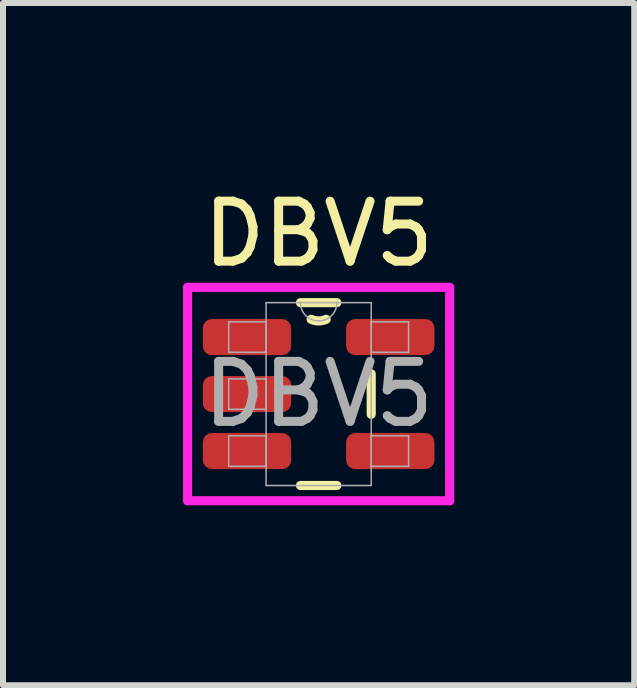
<source format=kicad_pcb>
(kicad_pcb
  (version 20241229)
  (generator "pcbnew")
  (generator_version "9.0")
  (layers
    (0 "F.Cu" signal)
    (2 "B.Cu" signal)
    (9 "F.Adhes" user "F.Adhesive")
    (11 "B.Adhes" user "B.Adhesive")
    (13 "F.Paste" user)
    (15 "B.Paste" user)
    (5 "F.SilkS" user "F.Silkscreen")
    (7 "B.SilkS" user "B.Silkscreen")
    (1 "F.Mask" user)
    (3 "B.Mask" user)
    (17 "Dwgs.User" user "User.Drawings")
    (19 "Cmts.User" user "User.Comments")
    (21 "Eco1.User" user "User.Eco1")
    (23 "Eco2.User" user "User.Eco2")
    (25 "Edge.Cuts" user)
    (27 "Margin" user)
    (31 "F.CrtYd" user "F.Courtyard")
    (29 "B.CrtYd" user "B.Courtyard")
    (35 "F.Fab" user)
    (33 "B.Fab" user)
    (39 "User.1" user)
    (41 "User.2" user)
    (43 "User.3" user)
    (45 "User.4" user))
  (footprint "DBV5"
    (layer "F.Cu")
    (at 2.261 3.518)
    (property "Reference" "DBV5" (at 0 -2.67 0) (unlocked yes) (layer "F.SilkS") (effects (font (size 1 1) (thickness 0.15))))
    (attr smd)
    (fp_line (start -0.303 1.524) (end 0.303 1.524) (stroke (width 0.152) (type solid)) (layer "F.SilkS"))
    (fp_line (start 0.303 -1.524) (end -0.303 -1.524) (stroke (width 0.152) (type solid)) (layer "F.SilkS"))
    (fp_line (start 0.876 0.338) (end 0.876 -0.338) (stroke (width 0.152) (type solid)) (layer "F.SilkS"))
    (fp_arc (start 0.124872 -1.245953) (mid 0 -1.2192) (end -0.124872 -1.245953) (stroke (width 0.1524) (type solid)) (layer "F.SilkS"))
    (fp_line (start -2.184 -1.778) (end 2.184 -1.778) (stroke (width 0.152) (type solid)) (layer "F.CrtYd"))
    (fp_line (start -2.184 1.778) (end -2.184 -1.778) (stroke (width 0.152) (type solid)) (layer "F.CrtYd"))
    (fp_line (start 2.184 -1.778) (end 2.184 1.778) (stroke (width 0.152) (type solid)) (layer "F.CrtYd"))
    (fp_line (start 2.184 1.778) (end -2.184 1.778) (stroke (width 0.152) (type solid)) (layer "F.CrtYd"))
    (fp_line (start -1.499 -1.204) (end -1.499 -0.696) (stroke (width 0.025) (type solid)) (layer "F.Fab"))
    (fp_line (start -1.499 -0.696) (end -0.876 -0.696) (stroke (width 0.025) (type solid)) (layer "F.Fab"))
    (fp_line (start -1.499 -0.254) (end -1.499 0.254) (stroke (width 0.025) (type solid)) (layer "F.Fab"))
    (fp_line (start -1.499 0.254) (end -0.876 0.254) (stroke (width 0.025) (type solid)) (layer "F.Fab"))
    (fp_line (start -1.499 0.696) (end -1.499 1.204) (stroke (width 0.025) (type solid)) (layer "F.Fab"))
    (fp_line (start -1.499 1.204) (end -0.876 1.204) (stroke (width 0.025) (type solid)) (layer "F.Fab"))
    (fp_line (start -0.876 -1.524) (end -0.876 1.524) (stroke (width 0.025) (type solid)) (layer "F.Fab"))
    (fp_line (start -0.876 -1.204) (end -1.499 -1.204) (stroke (width 0.025) (type solid)) (layer "F.Fab"))
    (fp_line (start -0.876 -0.696) (end -0.876 -1.204) (stroke (width 0.025) (type solid)) (layer "F.Fab"))
    (fp_line (start -0.876 -0.254) (end -1.499 -0.254) (stroke (width 0.025) (type solid)) (layer "F.Fab"))
    (fp_line (start -0.876 0.254) (end -0.876 -0.254) (stroke (width 0.025) (type solid)) (layer "F.Fab"))
    (fp_line (start -0.876 0.696) (end -1.499 0.696) (stroke (width 0.025) (type solid)) (layer "F.Fab"))
    (fp_line (start -0.876 1.204) (end -0.876 0.696) (stroke (width 0.025) (type solid)) (layer "F.Fab"))
    (fp_line (start -0.876 1.524) (end 0.876 1.524) (stroke (width 0.025) (type solid)) (layer "F.Fab"))
    (fp_line (start 0.876 -1.524) (end -0.876 -1.524) (stroke (width 0.025) (type solid)) (layer "F.Fab"))
    (fp_line (start 0.876 -1.204) (end 0.876 -0.696) (stroke (width 0.025) (type solid)) (layer "F.Fab"))
    (fp_line (start 0.876 -0.696) (end 1.499 -0.696) (stroke (width 0.025) (type solid)) (layer "F.Fab"))
    (fp_line (start 0.876 0.696) (end 0.876 1.204) (stroke (width 0.025) (type solid)) (layer "F.Fab"))
    (fp_line (start 0.876 1.204) (end 1.499 1.204) (stroke (width 0.025) (type solid)) (layer "F.Fab"))
    (fp_line (start 0.876 1.524) (end 0.876 -1.524) (stroke (width 0.025) (type solid)) (layer "F.Fab"))
    (fp_line (start 1.499 -1.204) (end 0.876 -1.204) (stroke (width 0.025) (type solid)) (layer "F.Fab"))
    (fp_line (start 1.499 -0.696) (end 1.499 -1.204) (stroke (width 0.025) (type solid)) (layer "F.Fab"))
    (fp_line (start 1.499 0.696) (end 0.876 0.696) (stroke (width 0.025) (type solid)) (layer "F.Fab"))
    (fp_line (start 1.499 1.204) (end 1.499 0.696) (stroke (width 0.025) (type solid)) (layer "F.Fab"))
    (fp_arc (start 0.3048 -1.524) (mid 0 -1.2192) (end -0.3048 -1.524) (stroke (width 0.0254) (type solid)) (layer "F.Fab"))
    (fp_text user "${REFERENCE}" (at 0 0 0) (unlocked yes) (layer "F.Fab") (effects (font (size 1 1) (thickness 0.15))))
    (pad "1" smd roundrect (at -1.194 -0.95) (size 1.473 0.6) (layers "F.Cu" "F.Mask" "F.Paste") (roundrect_rratio 0.25))
    (pad "2" smd roundrect (at -1.194 0) (size 1.473 0.6) (layers "F.Cu" "F.Mask" "F.Paste") (roundrect_rratio 0.25))
    (pad "3" smd roundrect (at -1.194 0.95) (size 1.473 0.6) (layers "F.Cu" "F.Mask" "F.Paste") (roundrect_rratio 0.25))
    (pad "4" smd roundrect (at 1.194 0.95) (size 1.473 0.6) (layers "F.Cu" "F.Mask" "F.Paste") (roundrect_rratio 0.25))
    (pad "5" smd roundrect (at 1.194 -0.95) (size 1.473 0.6) (layers "F.Cu" "F.Mask" "F.Paste") (roundrect_rratio 0.25)))
  (gr_rect
    (start -3 -3)
    (end 7.521 8.372)
    (stroke (width 0.1) (type default))
    (fill no)
    (layer "Edge.Cuts")))
</source>
